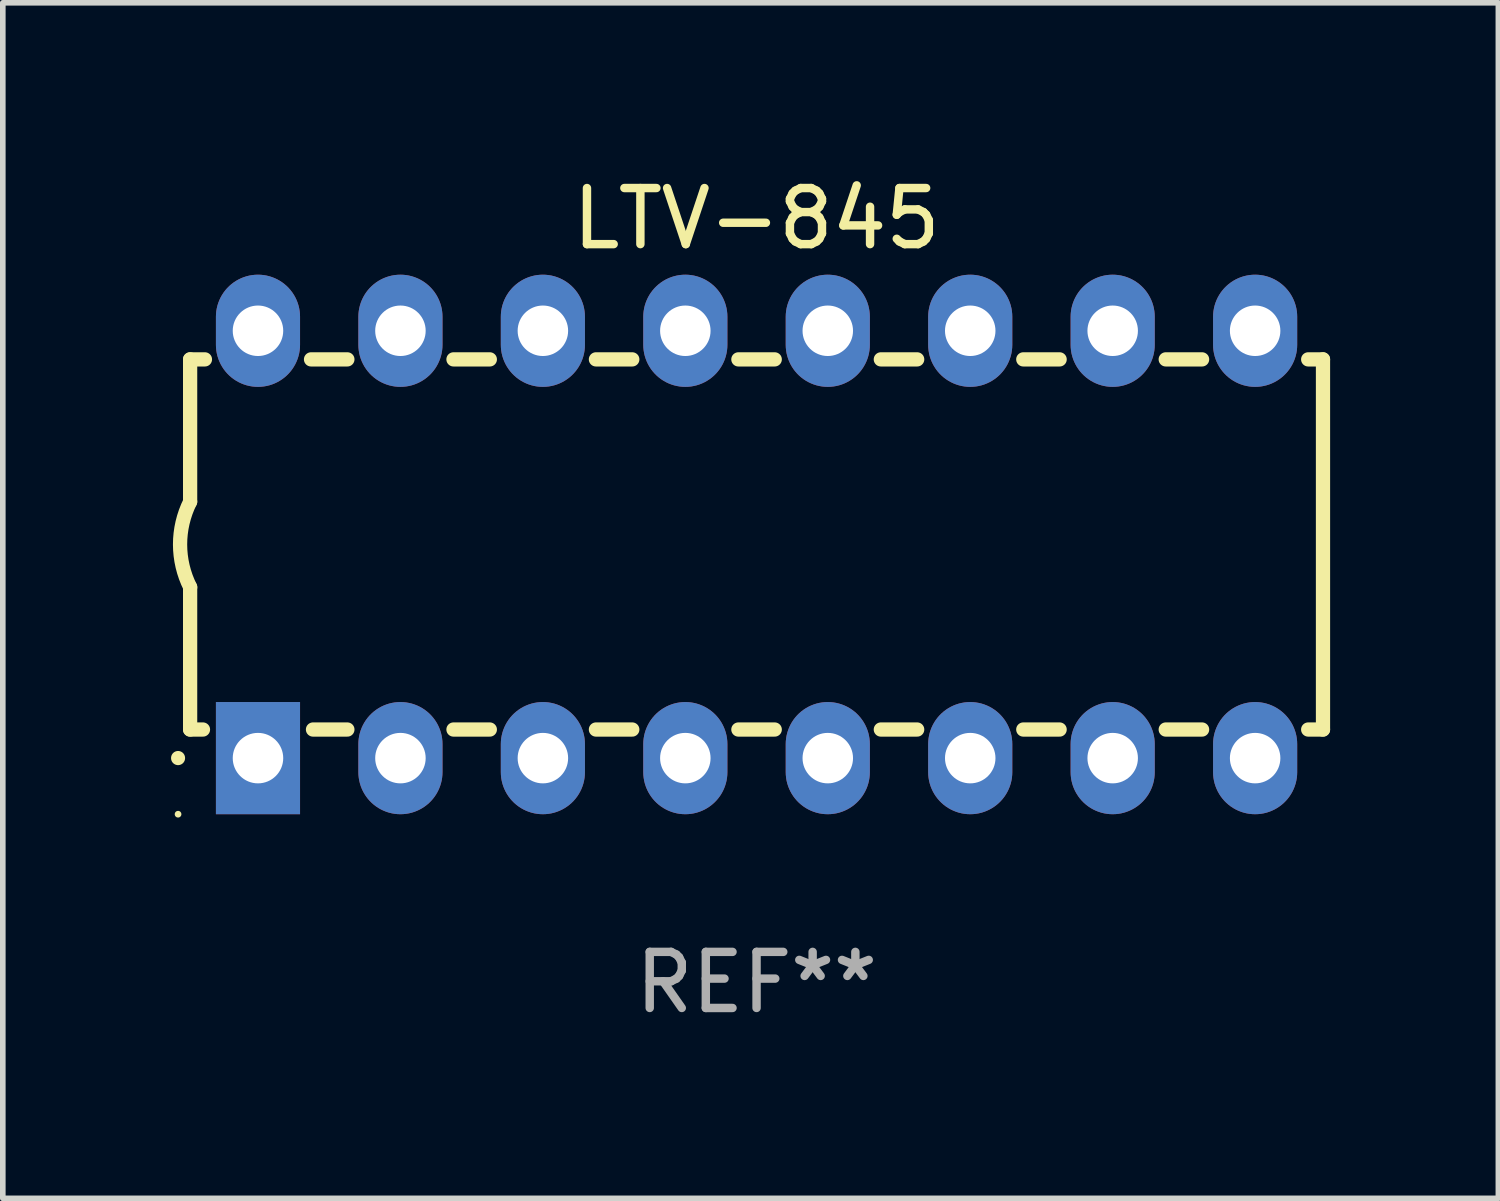
<source format=kicad_pcb>
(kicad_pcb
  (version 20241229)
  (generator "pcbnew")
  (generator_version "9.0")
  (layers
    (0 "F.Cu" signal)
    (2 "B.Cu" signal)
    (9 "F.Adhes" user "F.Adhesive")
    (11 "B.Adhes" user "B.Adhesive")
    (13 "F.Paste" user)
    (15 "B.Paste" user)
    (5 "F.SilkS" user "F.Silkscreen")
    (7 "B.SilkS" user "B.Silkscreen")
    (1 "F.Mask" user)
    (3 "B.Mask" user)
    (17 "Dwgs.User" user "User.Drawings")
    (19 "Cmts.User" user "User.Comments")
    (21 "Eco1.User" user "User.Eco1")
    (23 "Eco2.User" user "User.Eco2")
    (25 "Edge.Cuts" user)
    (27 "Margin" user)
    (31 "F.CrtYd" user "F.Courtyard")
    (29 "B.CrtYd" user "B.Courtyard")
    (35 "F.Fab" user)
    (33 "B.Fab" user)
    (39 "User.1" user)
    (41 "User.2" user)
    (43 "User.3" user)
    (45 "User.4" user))
  (footprint "LTV-845"
    (layer "F.Cu")
    (at 10.44 6.658)
    (property "Reference" "LTV-845" (at 0 -5.81 0) (layer "F.SilkS") (effects (font (size 1 1) (thickness 0.15))))
    (attr through_hole)
    (fp_line (start -10.1 -3.3) (end -10.1 -0.762) (stroke (width 0.254) (type solid)) (layer "F.SilkS"))
    (fp_line (start -10.1 -3.3) (end -9.836 -3.3) (stroke (width 0.254) (type solid)) (layer "F.SilkS"))
    (fp_line (start -10.1 3.3) (end -10.1 0.762) (stroke (width 0.254) (type solid)) (layer "F.SilkS"))
    (fp_line (start -9.871 3.3) (end -10.1 3.3) (stroke (width 0.254) (type solid)) (layer "F.SilkS"))
    (fp_line (start -7.944 -3.3) (end -7.296 -3.3) (stroke (width 0.254) (type solid)) (layer "F.SilkS"))
    (fp_line (start -7.296 3.3) (end -7.909 3.3) (stroke (width 0.254) (type solid)) (layer "F.SilkS"))
    (fp_line (start -5.404 -3.3) (end -4.756 -3.3) (stroke (width 0.254) (type solid)) (layer "F.SilkS"))
    (fp_line (start -4.756 3.3) (end -5.404 3.3) (stroke (width 0.254) (type solid)) (layer "F.SilkS"))
    (fp_line (start -2.864 -3.3) (end -2.216 -3.3) (stroke (width 0.254) (type solid)) (layer "F.SilkS"))
    (fp_line (start -2.216 3.3) (end -2.864 3.3) (stroke (width 0.254) (type solid)) (layer "F.SilkS"))
    (fp_line (start -0.324 -3.3) (end 0.324 -3.3) (stroke (width 0.254) (type solid)) (layer "F.SilkS"))
    (fp_line (start 0.324 3.3) (end -0.324 3.3) (stroke (width 0.254) (type solid)) (layer "F.SilkS"))
    (fp_line (start 2.216 -3.3) (end 2.864 -3.3) (stroke (width 0.254) (type solid)) (layer "F.SilkS"))
    (fp_line (start 2.864 3.3) (end 2.216 3.3) (stroke (width 0.254) (type solid)) (layer "F.SilkS"))
    (fp_line (start 4.756 -3.3) (end 5.404 -3.3) (stroke (width 0.254) (type solid)) (layer "F.SilkS"))
    (fp_line (start 5.404 3.3) (end 4.756 3.3) (stroke (width 0.254) (type solid)) (layer "F.SilkS"))
    (fp_line (start 7.296 -3.3) (end 7.944 -3.3) (stroke (width 0.254) (type solid)) (layer "F.SilkS"))
    (fp_line (start 7.944 3.3) (end 7.296 3.3) (stroke (width 0.254) (type solid)) (layer "F.SilkS"))
    (fp_line (start 9.836 -3.3) (end 10.1 -3.3) (stroke (width 0.254) (type solid)) (layer "F.SilkS"))
    (fp_line (start 10.1 3.3) (end 9.836 3.3) (stroke (width 0.254) (type solid)) (layer "F.SilkS"))
    (fp_line (start 10.1 3.3) (end 10.1 -3.3) (stroke (width 0.254) (type solid)) (layer "F.SilkS"))
    (fp_arc (start -10.314948 3.810008) (mid -10.314955 3.808738) (end -10.314948 3.807468) (stroke (width 0.25) (type solid)) (layer "F.SilkS"))
    (fp_arc (start -10.099048 0.762001) (mid -10.279271 0.000116) (end -10.100038 -0.762002) (stroke (width 0.254001) (type solid)) (layer "F.SilkS"))
    (fp_circle (center -10.315 4.81) (end -10.285 4.81) (stroke (width 0.06) (type solid)) (fill no) (layer "F.SilkS"))
    (fp_text user "REF**" (at 0 7.81 0) (layer "F.Fab") (effects (font (size 1 1) (thickness 0.15))))
    (pad "1" thru_hole rect (at -8.89 3.81 90) (size 2 1.5) (drill 0.9) (layers "*.Cu" "*.Mask"))
    (pad "2" thru_hole oval (at -6.35 3.81 90) (size 2 1.5) (drill 0.9) (layers "*.Cu" "*.Mask"))
    (pad "3" thru_hole oval (at -3.81 3.81 90) (size 2 1.5) (drill 0.9) (layers "*.Cu" "*.Mask"))
    (pad "4" thru_hole oval (at -1.27 3.81 90) (size 2 1.5) (drill 0.9) (layers "*.Cu" "*.Mask"))
    (pad "5" thru_hole oval (at 1.27 3.81 90) (size 2 1.5) (drill 0.9) (layers "*.Cu" "*.Mask"))
    (pad "6" thru_hole oval (at 3.81 3.81 90) (size 2 1.5) (drill 0.9) (layers "*.Cu" "*.Mask"))
    (pad "7" thru_hole oval (at 6.35 3.81 90) (size 2 1.5) (drill 0.9) (layers "*.Cu" "*.Mask"))
    (pad "8" thru_hole oval (at 8.89 3.81 90) (size 2 1.5) (drill 0.9) (layers "*.Cu" "*.Mask"))
    (pad "9" thru_hole oval (at 8.89 -3.81 90) (size 2 1.5) (drill 0.9) (layers "*.Cu" "*.Mask"))
    (pad "10" thru_hole oval (at 6.35 -3.81 90) (size 2 1.5) (drill 0.9) (layers "*.Cu" "*.Mask"))
    (pad "11" thru_hole oval (at 3.81 -3.81 90) (size 2 1.5) (drill 0.9) (layers "*.Cu" "*.Mask"))
    (pad "12" thru_hole oval (at 1.27 -3.81 90) (size 2 1.5) (drill 0.9) (layers "*.Cu" "*.Mask"))
    (pad "13" thru_hole oval (at -1.27 -3.81 90) (size 2 1.5) (drill 0.9) (layers "*.Cu" "*.Mask"))
    (pad "14" thru_hole oval (at -3.81 -3.81 90) (size 2 1.5) (drill 0.9) (layers "*.Cu" "*.Mask"))
    (pad "15" thru_hole oval (at -6.35 -3.81 90) (size 2 1.5) (drill 0.9) (layers "*.Cu" "*.Mask"))
    (pad "16" thru_hole oval (at -8.89 -3.81 90) (size 2 1.5) (drill 0.9) (layers "*.Cu" "*.Mask")))
  (gr_rect
    (start -3 -3)
    (end 23.667 18.317)
    (stroke (width 0.1) (type default))
    (fill no)
    (layer "Edge.Cuts")))
</source>
